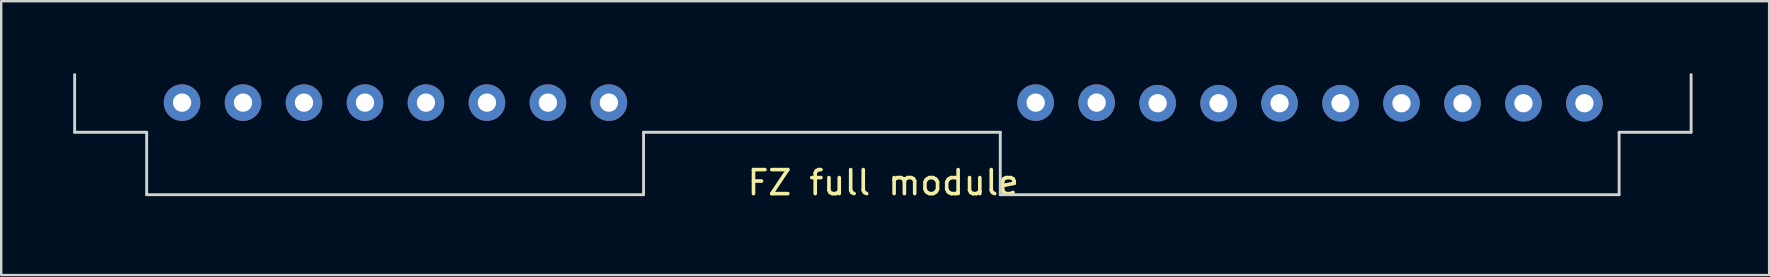
<source format=kicad_pcb>
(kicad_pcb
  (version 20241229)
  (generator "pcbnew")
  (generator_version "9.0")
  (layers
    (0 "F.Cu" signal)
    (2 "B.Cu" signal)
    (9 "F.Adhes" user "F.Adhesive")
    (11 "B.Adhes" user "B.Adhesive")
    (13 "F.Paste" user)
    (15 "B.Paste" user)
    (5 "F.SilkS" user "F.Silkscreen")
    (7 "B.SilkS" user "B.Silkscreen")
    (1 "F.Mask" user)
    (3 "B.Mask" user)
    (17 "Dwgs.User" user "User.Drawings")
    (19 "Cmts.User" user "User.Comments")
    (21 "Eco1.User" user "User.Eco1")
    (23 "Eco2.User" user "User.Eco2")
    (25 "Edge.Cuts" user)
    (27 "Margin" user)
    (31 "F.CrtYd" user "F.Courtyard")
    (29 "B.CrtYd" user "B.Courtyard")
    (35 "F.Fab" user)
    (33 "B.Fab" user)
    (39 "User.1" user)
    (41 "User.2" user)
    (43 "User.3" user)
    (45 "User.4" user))
  (footprint "FZ full module"
    (layer "F.Cu")
    (at 67.4 5.06)
    (property "Reference" "FZ full module" (at -33.655 -0.5 0) (unlocked yes) (layer "F.SilkS") (effects (font (size 1 1) (thickness 0.15))))
    (attr through_hole)
    (fp_line (start -67.34 -2.6) (end -67.34 -5) (stroke (width 0.12) (type solid)) (layer "Edge.Cuts"))
    (fp_line (start -64.34 -2.6) (end -67.34 -2.6) (stroke (width 0.12) (type solid)) (layer "Edge.Cuts"))
    (fp_line (start -64.34 0) (end -64.34 -2.6) (stroke (width 0.12) (type solid)) (layer "Edge.Cuts"))
    (fp_line (start -64.34 0) (end -43.64 0) (stroke (width 0.12) (type solid)) (layer "Edge.Cuts"))
    (fp_line (start -43.64 -2.6) (end -28.78 -2.6) (stroke (width 0.12) (type solid)) (layer "Edge.Cuts"))
    (fp_line (start -43.64 0) (end -43.64 -2.6) (stroke (width 0.12) (type solid)) (layer "Edge.Cuts"))
    (fp_line (start -28.78 -2.6) (end -28.78 0) (stroke (width 0.12) (type solid)) (layer "Edge.Cuts"))
    (fp_line (start -28.78 0) (end -3 0) (stroke (width 0.12) (type solid)) (layer "Edge.Cuts"))
    (fp_line (start -3 -2.6) (end 0 -2.6) (stroke (width 0.12) (type solid)) (layer "Edge.Cuts"))
    (fp_line (start -3 0) (end -3 -2.6) (stroke (width 0.12) (type solid)) (layer "Edge.Cuts"))
    (fp_line (start 0 -2.6) (end 0 -5) (stroke (width 0.12) (type solid)) (layer "Edge.Cuts"))
    (pad "1" thru_hole circle (at -62.865 -3.835) (size 1.524 1.524) (drill 0.762) (layers "*.Cu" "*.Mask"))
    (pad "2" thru_hole circle (at -60.325 -3.835) (size 1.524 1.524) (drill 0.762) (layers "*.Cu" "*.Mask"))
    (pad "3" thru_hole circle (at -57.785 -3.835) (size 1.524 1.524) (drill 0.762) (layers "*.Cu" "*.Mask"))
    (pad "4" thru_hole circle (at -55.245 -3.835) (size 1.524 1.524) (drill 0.762) (layers "*.Cu" "*.Mask"))
    (pad "5" thru_hole circle (at -52.705 -3.835) (size 1.524 1.524) (drill 0.762) (layers "*.Cu" "*.Mask"))
    (pad "6" thru_hole circle (at -50.165 -3.835) (size 1.524 1.524) (drill 0.762) (layers "*.Cu" "*.Mask"))
    (pad "7" thru_hole circle (at -47.625 -3.835) (size 1.524 1.524) (drill 0.762) (layers "*.Cu" "*.Mask"))
    (pad "8" thru_hole circle (at -45.085 -3.835) (size 1.524 1.524) (drill 0.762) (layers "*.Cu" "*.Mask"))
    (pad "9" thru_hole circle (at -27.305 -3.835) (size 1.524 1.524) (drill 0.762) (layers "*.Cu" "*.Mask"))
    (pad "10" thru_hole circle (at -24.765 -3.835) (size 1.524 1.524) (drill 0.762) (layers "*.Cu" "*.Mask"))
    (pad "11" thru_hole circle (at -22.225 -3.81) (size 1.524 1.524) (drill 0.762) (layers "*.Cu" "*.Mask"))
    (pad "12" thru_hole circle (at -19.685 -3.81) (size 1.524 1.524) (drill 0.762) (layers "*.Cu" "*.Mask"))
    (pad "13" thru_hole circle (at -17.145 -3.81) (size 1.524 1.524) (drill 0.762) (layers "*.Cu" "*.Mask"))
    (pad "14" thru_hole circle (at -14.605 -3.81) (size 1.524 1.524) (drill 0.762) (layers "*.Cu" "*.Mask"))
    (pad "15" thru_hole circle (at -12.065 -3.81) (size 1.524 1.524) (drill 0.762) (layers "*.Cu" "*.Mask"))
    (pad "16" thru_hole circle (at -9.525 -3.81) (size 1.524 1.524) (drill 0.762) (layers "*.Cu" "*.Mask"))
    (pad "17" thru_hole circle (at -6.985 -3.81) (size 1.524 1.524) (drill 0.762) (layers "*.Cu" "*.Mask"))
    (pad "18" thru_hole circle (at -4.445 -3.81) (size 1.524 1.524) (drill 0.762) (layers "*.Cu" "*.Mask")))
  (gr_rect
    (start -3 -3)
    (end 70.65 8.408)
    (stroke (width 0.1) (type default))
    (fill no)
    (layer "Edge.Cuts")))
</source>
